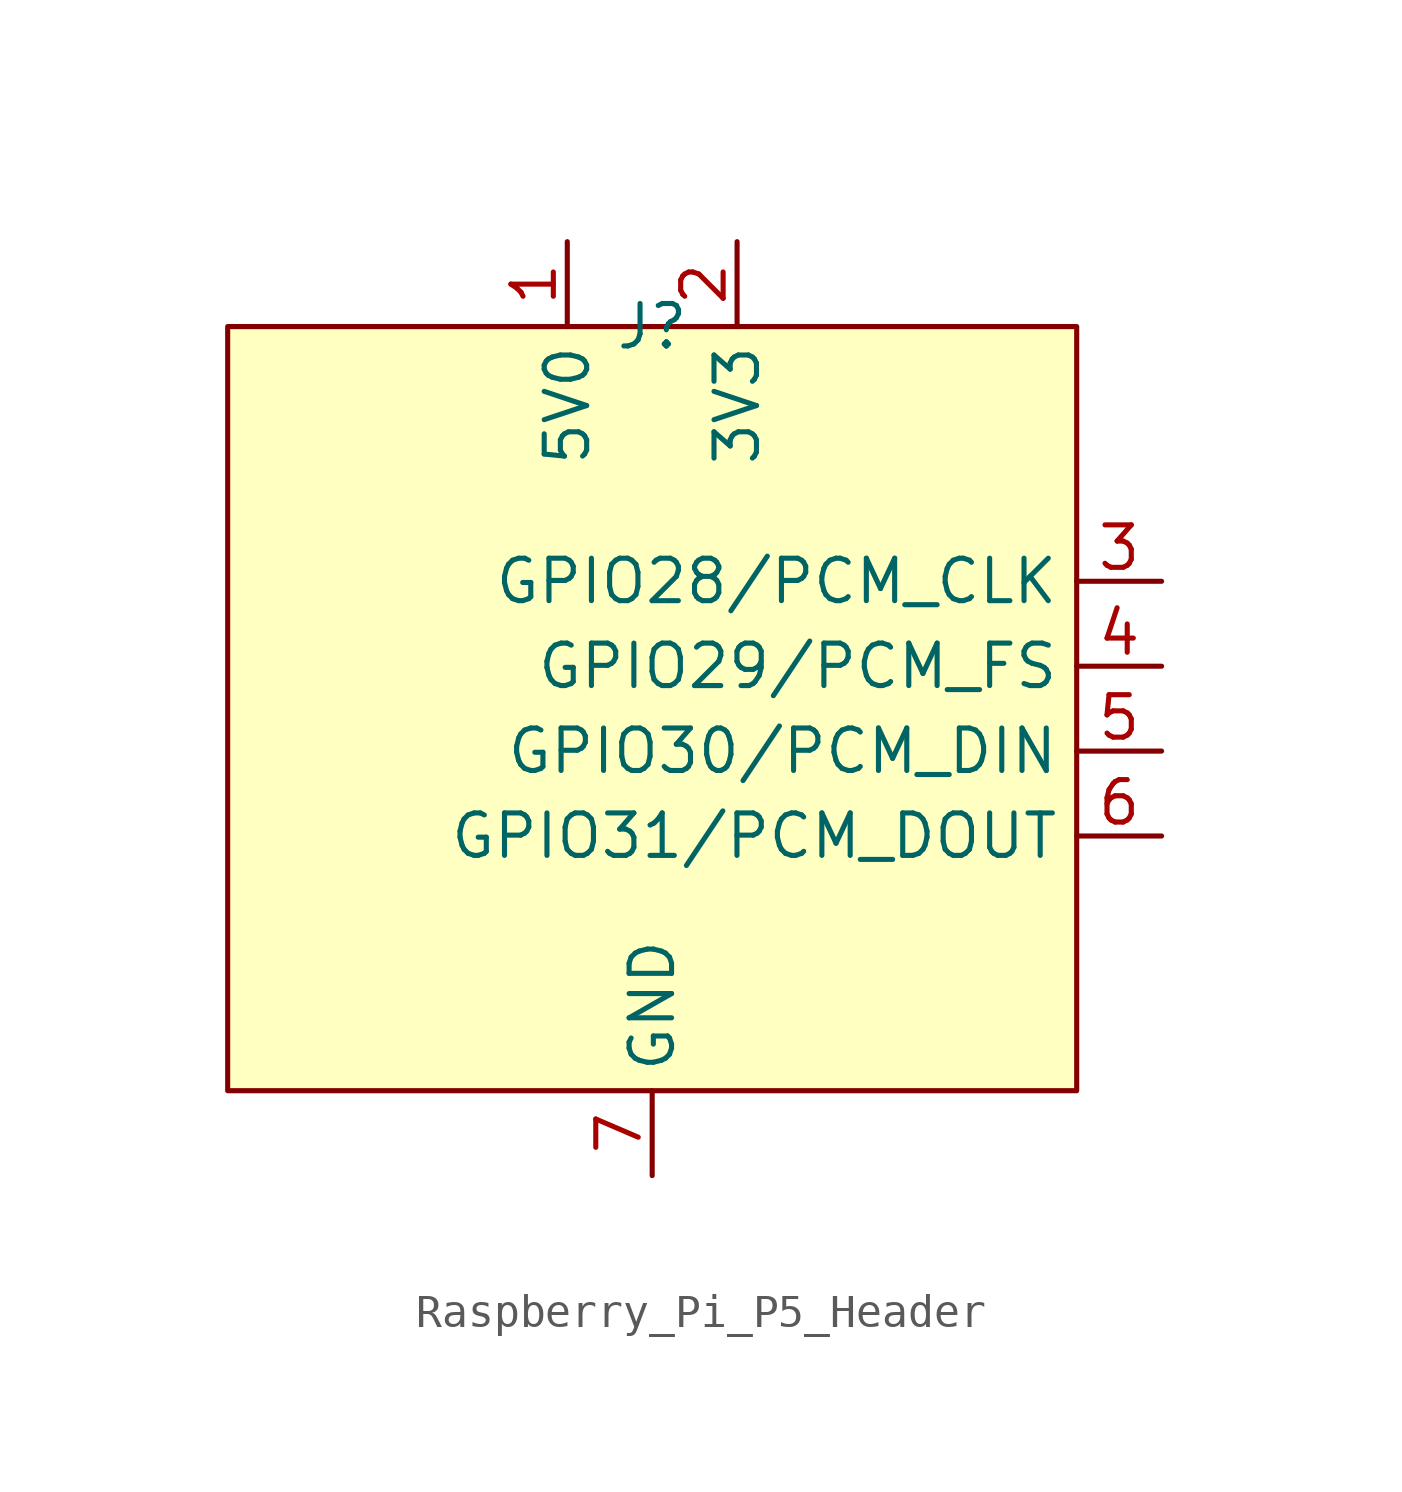
<source format=kicad_sym>
(kicad_symbol_lib
  (version 20231120)
  (generator "kicad_symbol_editor")
  (generator_version "8.0")
  (symbol "Raspberry_Pi_P5_Header"
    (property "Reference" "J"
      (at 0 0 0)
      (effects (font (size 1.27 1.27))))
    (property "Value" ""
      (at 0 0 0)
      (effects (font (size 1.27 1.27))))
    (symbol "Raspberry_Pi_P5_Header_1_1"
      (rectangle (start -12.7 0) (end 12.7 -22.86) (stroke (width 0) (type default)) (fill (type background)))
      (pin power_in line (at -2.54 2.54 270) (length 2.54) (name "5V0" (effects (font (size 1.27 1.27)))) (number "1" (effects (font (size 1.27 1.27)))))
      (pin power_in line (at 2.54 2.54 270) (length 2.54) (name "3V3" (effects (font (size 1.27 1.27)))) (number "2" (effects (font (size 1.27 1.27)))))
      (pin bidirectional line (at 15.24 -7.62 180) (length 2.54) (name "GPIO28/PCM_CLK" (effects (font (size 1.27 1.27)))) (number "3" (effects (font (size 1.27 1.27)))))
      (pin bidirectional line (at 15.24 -10.16 180) (length 2.54) (name "GPIO29/PCM_FS" (effects (font (size 1.27 1.27)))) (number "4" (effects (font (size 1.27 1.27)))))
      (pin bidirectional line (at 15.24 -12.7 180) (length 2.54) (name "GPIO30/PCM_DIN" (effects (font (size 1.27 1.27)))) (number "5" (effects (font (size 1.27 1.27)))))
      (pin bidirectional line (at 15.24 -15.24 180) (length 2.54) (name "GPIO31/PCM_DOUT" (effects (font (size 1.27 1.27)))) (number "6" (effects (font (size 1.27 1.27)))))
      (pin power_in line (at 0 -25.4 90) (length 2.54) (name "GND" (effects (font (size 1.27 1.27)))) (number "7" (effects (font (size 1.27 1.27)))))
      (pin power_in line (at 0 -25.4 90) (length 2.54) hide (name "GND" (effects (font (size 1.27 1.27)))) (number "8" (effects (font (size 1.27 1.27))))))))
</source>
